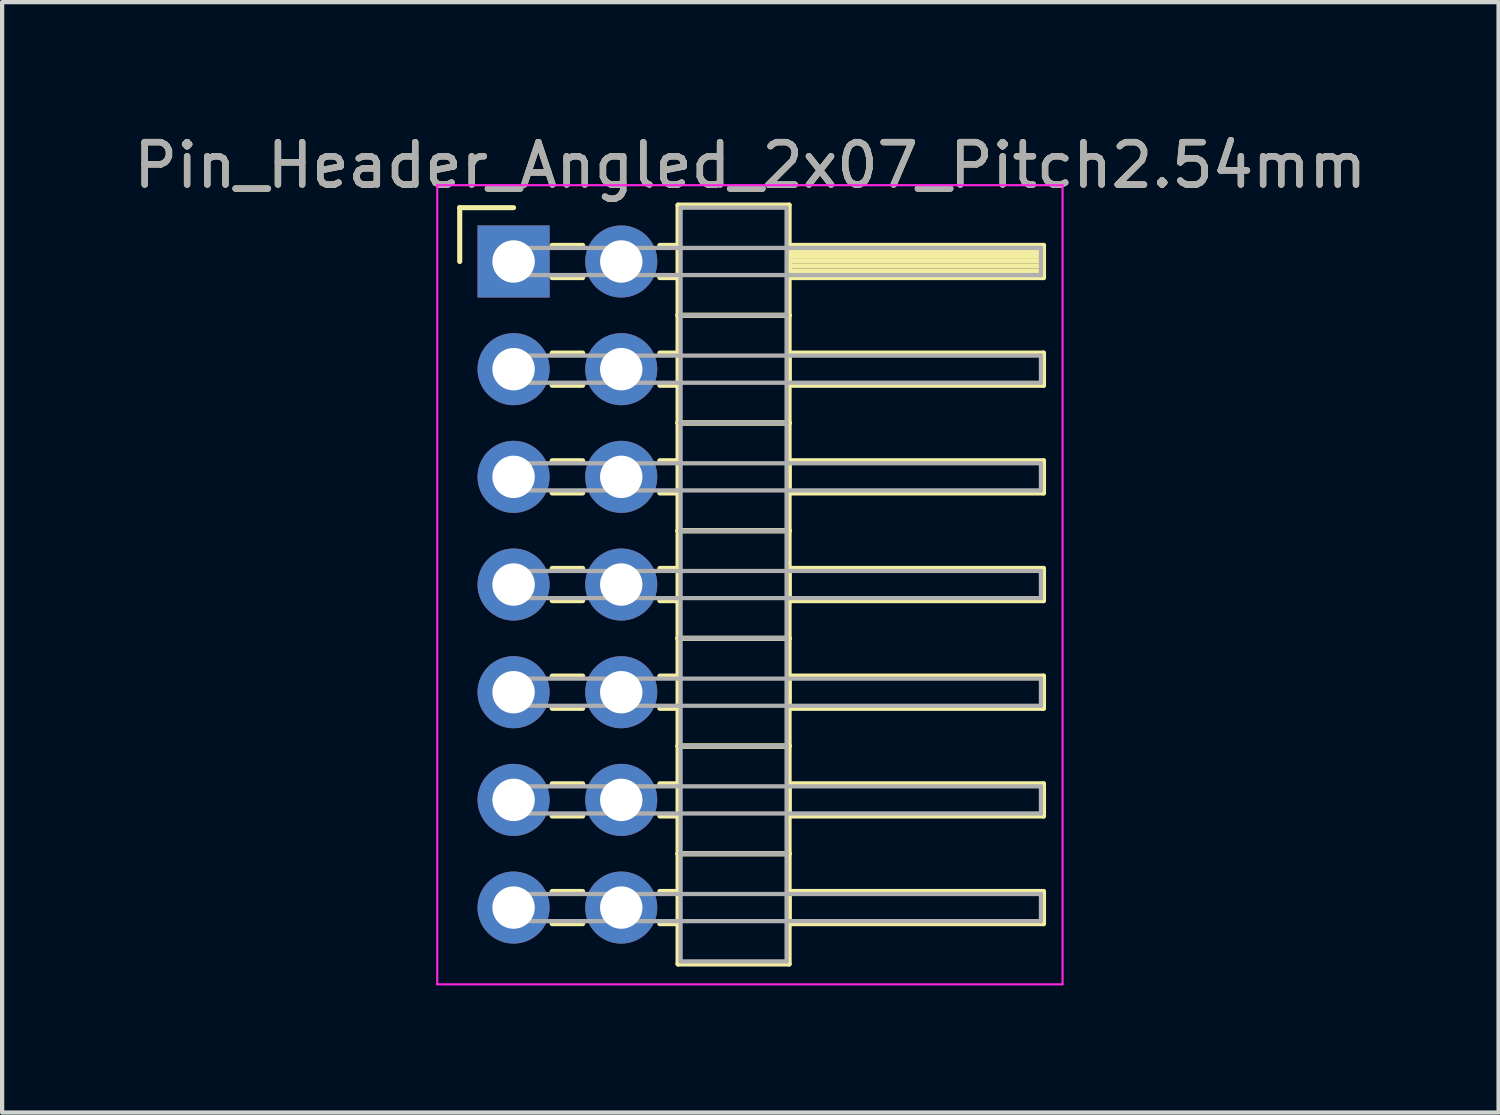
<source format=kicad_pcb>
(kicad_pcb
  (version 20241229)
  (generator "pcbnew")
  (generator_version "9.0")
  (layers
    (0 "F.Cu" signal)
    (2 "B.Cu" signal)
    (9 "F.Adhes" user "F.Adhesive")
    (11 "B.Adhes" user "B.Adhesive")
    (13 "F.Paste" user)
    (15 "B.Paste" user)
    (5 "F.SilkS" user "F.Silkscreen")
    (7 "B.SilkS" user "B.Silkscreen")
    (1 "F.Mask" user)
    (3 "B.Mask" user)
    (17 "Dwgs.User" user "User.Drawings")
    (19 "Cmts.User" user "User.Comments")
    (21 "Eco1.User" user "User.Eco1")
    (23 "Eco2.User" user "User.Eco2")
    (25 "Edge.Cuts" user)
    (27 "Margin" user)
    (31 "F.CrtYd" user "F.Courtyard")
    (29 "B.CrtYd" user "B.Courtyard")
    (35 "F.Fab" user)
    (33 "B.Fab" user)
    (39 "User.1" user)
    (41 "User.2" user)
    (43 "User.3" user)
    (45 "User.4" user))
  (footprint "Pin_Header_Angled_2x07_Pitch2.54mm"
    (layer "F.Cu")
    (at 9.064 3.118)
    (property "Reference" "Pin_Header_Angled_2x07_Pitch2.54mm" (at 5.585 -2.27 0) (layer "F.SilkS") (effects (font (size 1 1) (thickness 0.15))))
    (attr through_hole)
    (fp_line (start -1.27 -1.27) (end 0 -1.27) (stroke (width 0.12) (type solid)) (layer "F.SilkS"))
    (fp_line (start -1.27 0) (end -1.27 -1.27) (stroke (width 0.12) (type solid)) (layer "F.SilkS"))
    (fp_line (start 0.91 -0.38) (end 1.63 -0.38) (stroke (width 0.12) (type solid)) (layer "F.SilkS"))
    (fp_line (start 0.91 0.38) (end 1.63 0.38) (stroke (width 0.12) (type solid)) (layer "F.SilkS"))
    (fp_line (start 0.91 2.16) (end 1.63 2.16) (stroke (width 0.12) (type solid)) (layer "F.SilkS"))
    (fp_line (start 0.91 2.92) (end 1.63 2.92) (stroke (width 0.12) (type solid)) (layer "F.SilkS"))
    (fp_line (start 0.91 4.7) (end 1.63 4.7) (stroke (width 0.12) (type solid)) (layer "F.SilkS"))
    (fp_line (start 0.91 5.46) (end 1.63 5.46) (stroke (width 0.12) (type solid)) (layer "F.SilkS"))
    (fp_line (start 0.91 7.24) (end 1.63 7.24) (stroke (width 0.12) (type solid)) (layer "F.SilkS"))
    (fp_line (start 0.91 8) (end 1.63 8) (stroke (width 0.12) (type solid)) (layer "F.SilkS"))
    (fp_line (start 0.91 9.78) (end 1.63 9.78) (stroke (width 0.12) (type solid)) (layer "F.SilkS"))
    (fp_line (start 0.91 10.54) (end 1.63 10.54) (stroke (width 0.12) (type solid)) (layer "F.SilkS"))
    (fp_line (start 0.91 12.32) (end 1.63 12.32) (stroke (width 0.12) (type solid)) (layer "F.SilkS"))
    (fp_line (start 0.91 13.08) (end 1.63 13.08) (stroke (width 0.12) (type solid)) (layer "F.SilkS"))
    (fp_line (start 0.91 14.86) (end 1.63 14.86) (stroke (width 0.12) (type solid)) (layer "F.SilkS"))
    (fp_line (start 0.91 15.62) (end 1.63 15.62) (stroke (width 0.12) (type solid)) (layer "F.SilkS"))
    (fp_line (start 3.45 -0.38) (end 3.88 -0.38) (stroke (width 0.12) (type solid)) (layer "F.SilkS"))
    (fp_line (start 3.45 0.38) (end 3.88 0.38) (stroke (width 0.12) (type solid)) (layer "F.SilkS"))
    (fp_line (start 3.45 2.16) (end 3.88 2.16) (stroke (width 0.12) (type solid)) (layer "F.SilkS"))
    (fp_line (start 3.45 2.92) (end 3.88 2.92) (stroke (width 0.12) (type solid)) (layer "F.SilkS"))
    (fp_line (start 3.45 4.7) (end 3.88 4.7) (stroke (width 0.12) (type solid)) (layer "F.SilkS"))
    (fp_line (start 3.45 5.46) (end 3.88 5.46) (stroke (width 0.12) (type solid)) (layer "F.SilkS"))
    (fp_line (start 3.45 7.24) (end 3.88 7.24) (stroke (width 0.12) (type solid)) (layer "F.SilkS"))
    (fp_line (start 3.45 8) (end 3.88 8) (stroke (width 0.12) (type solid)) (layer "F.SilkS"))
    (fp_line (start 3.45 9.78) (end 3.88 9.78) (stroke (width 0.12) (type solid)) (layer "F.SilkS"))
    (fp_line (start 3.45 10.54) (end 3.88 10.54) (stroke (width 0.12) (type solid)) (layer "F.SilkS"))
    (fp_line (start 3.45 12.32) (end 3.88 12.32) (stroke (width 0.12) (type solid)) (layer "F.SilkS"))
    (fp_line (start 3.45 13.08) (end 3.88 13.08) (stroke (width 0.12) (type solid)) (layer "F.SilkS"))
    (fp_line (start 3.45 14.86) (end 3.88 14.86) (stroke (width 0.12) (type solid)) (layer "F.SilkS"))
    (fp_line (start 3.45 15.62) (end 3.88 15.62) (stroke (width 0.12) (type solid)) (layer "F.SilkS"))
    (fp_line (start 3.88 -1.33) (end 3.88 1.27) (stroke (width 0.12) (type solid)) (layer "F.SilkS"))
    (fp_line (start 3.88 1.27) (end 3.88 3.81) (stroke (width 0.12) (type solid)) (layer "F.SilkS"))
    (fp_line (start 3.88 1.27) (end 6.5 1.27) (stroke (width 0.12) (type solid)) (layer "F.SilkS"))
    (fp_line (start 3.88 3.81) (end 3.88 6.35) (stroke (width 0.12) (type solid)) (layer "F.SilkS"))
    (fp_line (start 3.88 3.81) (end 6.5 3.81) (stroke (width 0.12) (type solid)) (layer "F.SilkS"))
    (fp_line (start 3.88 6.35) (end 3.88 8.89) (stroke (width 0.12) (type solid)) (layer "F.SilkS"))
    (fp_line (start 3.88 6.35) (end 6.5 6.35) (stroke (width 0.12) (type solid)) (layer "F.SilkS"))
    (fp_line (start 3.88 8.89) (end 3.88 11.43) (stroke (width 0.12) (type solid)) (layer "F.SilkS"))
    (fp_line (start 3.88 8.89) (end 6.5 8.89) (stroke (width 0.12) (type solid)) (layer "F.SilkS"))
    (fp_line (start 3.88 11.43) (end 3.88 13.97) (stroke (width 0.12) (type solid)) (layer "F.SilkS"))
    (fp_line (start 3.88 11.43) (end 6.5 11.43) (stroke (width 0.12) (type solid)) (layer "F.SilkS"))
    (fp_line (start 3.88 13.97) (end 3.88 16.57) (stroke (width 0.12) (type solid)) (layer "F.SilkS"))
    (fp_line (start 3.88 13.97) (end 6.5 13.97) (stroke (width 0.12) (type solid)) (layer "F.SilkS"))
    (fp_line (start 3.88 16.57) (end 6.5 16.57) (stroke (width 0.12) (type solid)) (layer "F.SilkS"))
    (fp_line (start 6.5 -1.33) (end 3.88 -1.33) (stroke (width 0.12) (type solid)) (layer "F.SilkS"))
    (fp_line (start 6.5 -0.38) (end 6.5 0.38) (stroke (width 0.12) (type solid)) (layer "F.SilkS"))
    (fp_line (start 6.5 -0.26) (end 12.5 -0.26) (stroke (width 0.12) (type solid)) (layer "F.SilkS"))
    (fp_line (start 6.5 -0.14) (end 12.5 -0.14) (stroke (width 0.12) (type solid)) (layer "F.SilkS"))
    (fp_line (start 6.5 -0.02) (end 12.5 -0.02) (stroke (width 0.12) (type solid)) (layer "F.SilkS"))
    (fp_line (start 6.5 0.1) (end 12.5 0.1) (stroke (width 0.12) (type solid)) (layer "F.SilkS"))
    (fp_line (start 6.5 0.22) (end 12.5 0.22) (stroke (width 0.12) (type solid)) (layer "F.SilkS"))
    (fp_line (start 6.5 0.34) (end 12.5 0.34) (stroke (width 0.12) (type solid)) (layer "F.SilkS"))
    (fp_line (start 6.5 0.38) (end 12.5 0.38) (stroke (width 0.12) (type solid)) (layer "F.SilkS"))
    (fp_line (start 6.5 1.27) (end 3.88 1.27) (stroke (width 0.12) (type solid)) (layer "F.SilkS"))
    (fp_line (start 6.5 1.27) (end 6.5 -1.33) (stroke (width 0.12) (type solid)) (layer "F.SilkS"))
    (fp_line (start 6.5 2.16) (end 6.5 2.92) (stroke (width 0.12) (type solid)) (layer "F.SilkS"))
    (fp_line (start 6.5 2.92) (end 12.5 2.92) (stroke (width 0.12) (type solid)) (layer "F.SilkS"))
    (fp_line (start 6.5 3.81) (end 3.88 3.81) (stroke (width 0.12) (type solid)) (layer "F.SilkS"))
    (fp_line (start 6.5 3.81) (end 6.5 1.27) (stroke (width 0.12) (type solid)) (layer "F.SilkS"))
    (fp_line (start 6.5 4.7) (end 6.5 5.46) (stroke (width 0.12) (type solid)) (layer "F.SilkS"))
    (fp_line (start 6.5 5.46) (end 12.5 5.46) (stroke (width 0.12) (type solid)) (layer "F.SilkS"))
    (fp_line (start 6.5 6.35) (end 3.88 6.35) (stroke (width 0.12) (type solid)) (layer "F.SilkS"))
    (fp_line (start 6.5 6.35) (end 6.5 3.81) (stroke (width 0.12) (type solid)) (layer "F.SilkS"))
    (fp_line (start 6.5 7.24) (end 6.5 8) (stroke (width 0.12) (type solid)) (layer "F.SilkS"))
    (fp_line (start 6.5 8) (end 12.5 8) (stroke (width 0.12) (type solid)) (layer "F.SilkS"))
    (fp_line (start 6.5 8.89) (end 3.88 8.89) (stroke (width 0.12) (type solid)) (layer "F.SilkS"))
    (fp_line (start 6.5 8.89) (end 6.5 6.35) (stroke (width 0.12) (type solid)) (layer "F.SilkS"))
    (fp_line (start 6.5 9.78) (end 6.5 10.54) (stroke (width 0.12) (type solid)) (layer "F.SilkS"))
    (fp_line (start 6.5 10.54) (end 12.5 10.54) (stroke (width 0.12) (type solid)) (layer "F.SilkS"))
    (fp_line (start 6.5 11.43) (end 3.88 11.43) (stroke (width 0.12) (type solid)) (layer "F.SilkS"))
    (fp_line (start 6.5 11.43) (end 6.5 8.89) (stroke (width 0.12) (type solid)) (layer "F.SilkS"))
    (fp_line (start 6.5 12.32) (end 6.5 13.08) (stroke (width 0.12) (type solid)) (layer "F.SilkS"))
    (fp_line (start 6.5 13.08) (end 12.5 13.08) (stroke (width 0.12) (type solid)) (layer "F.SilkS"))
    (fp_line (start 6.5 13.97) (end 3.88 13.97) (stroke (width 0.12) (type solid)) (layer "F.SilkS"))
    (fp_line (start 6.5 13.97) (end 6.5 11.43) (stroke (width 0.12) (type solid)) (layer "F.SilkS"))
    (fp_line (start 6.5 14.86) (end 6.5 15.62) (stroke (width 0.12) (type solid)) (layer "F.SilkS"))
    (fp_line (start 6.5 15.62) (end 12.5 15.62) (stroke (width 0.12) (type solid)) (layer "F.SilkS"))
    (fp_line (start 6.5 16.57) (end 6.5 13.97) (stroke (width 0.12) (type solid)) (layer "F.SilkS"))
    (fp_line (start 12.5 -0.38) (end 6.5 -0.38) (stroke (width 0.12) (type solid)) (layer "F.SilkS"))
    (fp_line (start 12.5 0.38) (end 12.5 -0.38) (stroke (width 0.12) (type solid)) (layer "F.SilkS"))
    (fp_line (start 12.5 2.16) (end 6.5 2.16) (stroke (width 0.12) (type solid)) (layer "F.SilkS"))
    (fp_line (start 12.5 2.92) (end 12.5 2.16) (stroke (width 0.12) (type solid)) (layer "F.SilkS"))
    (fp_line (start 12.5 4.7) (end 6.5 4.7) (stroke (width 0.12) (type solid)) (layer "F.SilkS"))
    (fp_line (start 12.5 5.46) (end 12.5 4.7) (stroke (width 0.12) (type solid)) (layer "F.SilkS"))
    (fp_line (start 12.5 7.24) (end 6.5 7.24) (stroke (width 0.12) (type solid)) (layer "F.SilkS"))
    (fp_line (start 12.5 8) (end 12.5 7.24) (stroke (width 0.12) (type solid)) (layer "F.SilkS"))
    (fp_line (start 12.5 9.78) (end 6.5 9.78) (stroke (width 0.12) (type solid)) (layer "F.SilkS"))
    (fp_line (start 12.5 10.54) (end 12.5 9.78) (stroke (width 0.12) (type solid)) (layer "F.SilkS"))
    (fp_line (start 12.5 12.32) (end 6.5 12.32) (stroke (width 0.12) (type solid)) (layer "F.SilkS"))
    (fp_line (start 12.5 13.08) (end 12.5 12.32) (stroke (width 0.12) (type solid)) (layer "F.SilkS"))
    (fp_line (start 12.5 14.86) (end 6.5 14.86) (stroke (width 0.12) (type solid)) (layer "F.SilkS"))
    (fp_line (start 12.5 15.62) (end 12.5 14.86) (stroke (width 0.12) (type solid)) (layer "F.SilkS"))
    (fp_line (start -1.8 -1.8) (end -1.8 17.05) (stroke (width 0.05) (type solid)) (layer "F.CrtYd"))
    (fp_line (start -1.8 17.05) (end 12.95 17.05) (stroke (width 0.05) (type solid)) (layer "F.CrtYd"))
    (fp_line (start 12.95 -1.8) (end -1.8 -1.8) (stroke (width 0.05) (type solid)) (layer "F.CrtYd"))
    (fp_line (start 12.95 17.05) (end 12.95 -1.8) (stroke (width 0.05) (type solid)) (layer "F.CrtYd"))
    (fp_line (start 0 -0.32) (end 0 0.32) (stroke (width 0.1) (type solid)) (layer "F.Fab"))
    (fp_line (start 0 0.32) (end 12.44 0.32) (stroke (width 0.1) (type solid)) (layer "F.Fab"))
    (fp_line (start 0 2.22) (end 0 2.86) (stroke (width 0.1) (type solid)) (layer "F.Fab"))
    (fp_line (start 0 2.86) (end 12.44 2.86) (stroke (width 0.1) (type solid)) (layer "F.Fab"))
    (fp_line (start 0 4.76) (end 0 5.4) (stroke (width 0.1) (type solid)) (layer "F.Fab"))
    (fp_line (start 0 5.4) (end 12.44 5.4) (stroke (width 0.1) (type solid)) (layer "F.Fab"))
    (fp_line (start 0 7.3) (end 0 7.94) (stroke (width 0.1) (type solid)) (layer "F.Fab"))
    (fp_line (start 0 7.94) (end 12.44 7.94) (stroke (width 0.1) (type solid)) (layer "F.Fab"))
    (fp_line (start 0 9.84) (end 0 10.48) (stroke (width 0.1) (type solid)) (layer "F.Fab"))
    (fp_line (start 0 10.48) (end 12.44 10.48) (stroke (width 0.1) (type solid)) (layer "F.Fab"))
    (fp_line (start 0 12.38) (end 0 13.02) (stroke (width 0.1) (type solid)) (layer "F.Fab"))
    (fp_line (start 0 13.02) (end 12.44 13.02) (stroke (width 0.1) (type solid)) (layer "F.Fab"))
    (fp_line (start 0 14.92) (end 0 15.56) (stroke (width 0.1) (type solid)) (layer "F.Fab"))
    (fp_line (start 0 15.56) (end 12.44 15.56) (stroke (width 0.1) (type solid)) (layer "F.Fab"))
    (fp_line (start 3.94 -1.27) (end 3.94 1.27) (stroke (width 0.1) (type solid)) (layer "F.Fab"))
    (fp_line (start 3.94 1.27) (end 3.94 3.81) (stroke (width 0.1) (type solid)) (layer "F.Fab"))
    (fp_line (start 3.94 1.27) (end 6.44 1.27) (stroke (width 0.1) (type solid)) (layer "F.Fab"))
    (fp_line (start 3.94 3.81) (end 3.94 6.35) (stroke (width 0.1) (type solid)) (layer "F.Fab"))
    (fp_line (start 3.94 3.81) (end 6.44 3.81) (stroke (width 0.1) (type solid)) (layer "F.Fab"))
    (fp_line (start 3.94 6.35) (end 3.94 8.89) (stroke (width 0.1) (type solid)) (layer "F.Fab"))
    (fp_line (start 3.94 6.35) (end 6.44 6.35) (stroke (width 0.1) (type solid)) (layer "F.Fab"))
    (fp_line (start 3.94 8.89) (end 3.94 11.43) (stroke (width 0.1) (type solid)) (layer "F.Fab"))
    (fp_line (start 3.94 8.89) (end 6.44 8.89) (stroke (width 0.1) (type solid)) (layer "F.Fab"))
    (fp_line (start 3.94 11.43) (end 3.94 13.97) (stroke (width 0.1) (type solid)) (layer "F.Fab"))
    (fp_line (start 3.94 11.43) (end 6.44 11.43) (stroke (width 0.1) (type solid)) (layer "F.Fab"))
    (fp_line (start 3.94 13.97) (end 3.94 16.51) (stroke (width 0.1) (type solid)) (layer "F.Fab"))
    (fp_line (start 3.94 13.97) (end 6.44 13.97) (stroke (width 0.1) (type solid)) (layer "F.Fab"))
    (fp_line (start 3.94 16.51) (end 6.44 16.51) (stroke (width 0.1) (type solid)) (layer "F.Fab"))
    (fp_line (start 6.44 -1.27) (end 3.94 -1.27) (stroke (width 0.1) (type solid)) (layer "F.Fab"))
    (fp_line (start 6.44 1.27) (end 3.94 1.27) (stroke (width 0.1) (type solid)) (layer "F.Fab"))
    (fp_line (start 6.44 1.27) (end 6.44 -1.27) (stroke (width 0.1) (type solid)) (layer "F.Fab"))
    (fp_line (start 6.44 3.81) (end 3.94 3.81) (stroke (width 0.1) (type solid)) (layer "F.Fab"))
    (fp_line (start 6.44 3.81) (end 6.44 1.27) (stroke (width 0.1) (type solid)) (layer "F.Fab"))
    (fp_line (start 6.44 6.35) (end 3.94 6.35) (stroke (width 0.1) (type solid)) (layer "F.Fab"))
    (fp_line (start 6.44 6.35) (end 6.44 3.81) (stroke (width 0.1) (type solid)) (layer "F.Fab"))
    (fp_line (start 6.44 8.89) (end 3.94 8.89) (stroke (width 0.1) (type solid)) (layer "F.Fab"))
    (fp_line (start 6.44 8.89) (end 6.44 6.35) (stroke (width 0.1) (type solid)) (layer "F.Fab"))
    (fp_line (start 6.44 11.43) (end 3.94 11.43) (stroke (width 0.1) (type solid)) (layer "F.Fab"))
    (fp_line (start 6.44 11.43) (end 6.44 8.89) (stroke (width 0.1) (type solid)) (layer "F.Fab"))
    (fp_line (start 6.44 13.97) (end 3.94 13.97) (stroke (width 0.1) (type solid)) (layer "F.Fab"))
    (fp_line (start 6.44 13.97) (end 6.44 11.43) (stroke (width 0.1) (type solid)) (layer "F.Fab"))
    (fp_line (start 6.44 16.51) (end 6.44 13.97) (stroke (width 0.1) (type solid)) (layer "F.Fab"))
    (fp_line (start 12.44 -0.32) (end 0 -0.32) (stroke (width 0.1) (type solid)) (layer "F.Fab"))
    (fp_line (start 12.44 0.32) (end 12.44 -0.32) (stroke (width 0.1) (type solid)) (layer "F.Fab"))
    (fp_line (start 12.44 2.22) (end 0 2.22) (stroke (width 0.1) (type solid)) (layer "F.Fab"))
    (fp_line (start 12.44 2.86) (end 12.44 2.22) (stroke (width 0.1) (type solid)) (layer "F.Fab"))
    (fp_line (start 12.44 4.76) (end 0 4.76) (stroke (width 0.1) (type solid)) (layer "F.Fab"))
    (fp_line (start 12.44 5.4) (end 12.44 4.76) (stroke (width 0.1) (type solid)) (layer "F.Fab"))
    (fp_line (start 12.44 7.3) (end 0 7.3) (stroke (width 0.1) (type solid)) (layer "F.Fab"))
    (fp_line (start 12.44 7.94) (end 12.44 7.3) (stroke (width 0.1) (type solid)) (layer "F.Fab"))
    (fp_line (start 12.44 9.84) (end 0 9.84) (stroke (width 0.1) (type solid)) (layer "F.Fab"))
    (fp_line (start 12.44 10.48) (end 12.44 9.84) (stroke (width 0.1) (type solid)) (layer "F.Fab"))
    (fp_line (start 12.44 12.38) (end 0 12.38) (stroke (width 0.1) (type solid)) (layer "F.Fab"))
    (fp_line (start 12.44 13.02) (end 12.44 12.38) (stroke (width 0.1) (type solid)) (layer "F.Fab"))
    (fp_line (start 12.44 14.92) (end 0 14.92) (stroke (width 0.1) (type solid)) (layer "F.Fab"))
    (fp_line (start 12.44 15.56) (end 12.44 14.92) (stroke (width 0.1) (type solid)) (layer "F.Fab"))
    (fp_text user "${REFERENCE}" (at 5.585 -2.27 0) (layer "F.Fab") (effects (font (size 1 1) (thickness 0.15))))
    (pad "1" thru_hole rect (at 0 0) (size 1.7 1.7) (drill 1) (layers "*.Cu" "*.Mask"))
    (pad "2" thru_hole oval (at 2.54 0) (size 1.7 1.7) (drill 1) (layers "*.Cu" "*.Mask"))
    (pad "3" thru_hole oval (at 0 2.54) (size 1.7 1.7) (drill 1) (layers "*.Cu" "*.Mask"))
    (pad "4" thru_hole oval (at 2.54 2.54) (size 1.7 1.7) (drill 1) (layers "*.Cu" "*.Mask"))
    (pad "5" thru_hole oval (at 0 5.08) (size 1.7 1.7) (drill 1) (layers "*.Cu" "*.Mask"))
    (pad "6" thru_hole oval (at 2.54 5.08) (size 1.7 1.7) (drill 1) (layers "*.Cu" "*.Mask"))
    (pad "7" thru_hole oval (at 0 7.62) (size 1.7 1.7) (drill 1) (layers "*.Cu" "*.Mask"))
    (pad "8" thru_hole oval (at 2.54 7.62) (size 1.7 1.7) (drill 1) (layers "*.Cu" "*.Mask"))
    (pad "9" thru_hole oval (at 0 10.16) (size 1.7 1.7) (drill 1) (layers "*.Cu" "*.Mask"))
    (pad "10" thru_hole oval (at 2.54 10.16) (size 1.7 1.7) (drill 1) (layers "*.Cu" "*.Mask"))
    (pad "11" thru_hole oval (at 0 12.7) (size 1.7 1.7) (drill 1) (layers "*.Cu" "*.Mask"))
    (pad "12" thru_hole oval (at 2.54 12.7) (size 1.7 1.7) (drill 1) (layers "*.Cu" "*.Mask"))
    (pad "13" thru_hole oval (at 0 15.24) (size 1.7 1.7) (drill 1) (layers "*.Cu" "*.Mask"))
    (pad "14" thru_hole oval (at 2.54 15.24) (size 1.7 1.7) (drill 1) (layers "*.Cu" "*.Mask")))
  (gr_rect
    (start -3 -3)
    (end 32.298 23.193)
    (stroke (width 0.1) (type default))
    (fill no)
    (layer "Edge.Cuts")))
</source>
